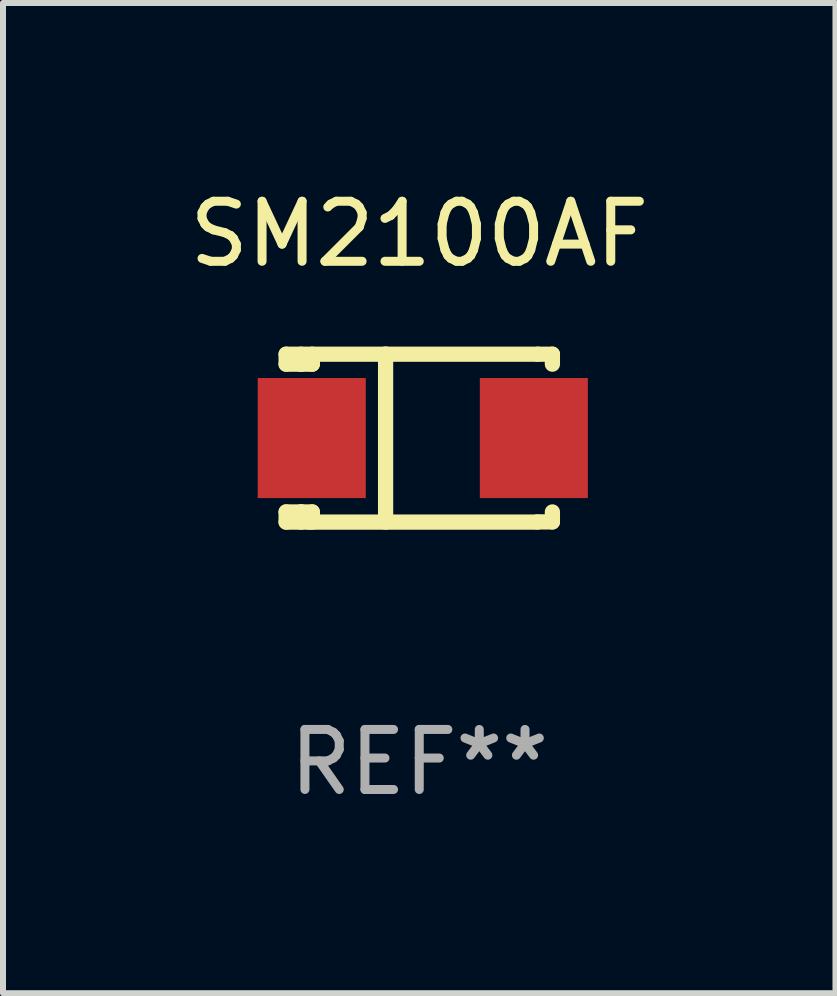
<source format=kicad_pcb>
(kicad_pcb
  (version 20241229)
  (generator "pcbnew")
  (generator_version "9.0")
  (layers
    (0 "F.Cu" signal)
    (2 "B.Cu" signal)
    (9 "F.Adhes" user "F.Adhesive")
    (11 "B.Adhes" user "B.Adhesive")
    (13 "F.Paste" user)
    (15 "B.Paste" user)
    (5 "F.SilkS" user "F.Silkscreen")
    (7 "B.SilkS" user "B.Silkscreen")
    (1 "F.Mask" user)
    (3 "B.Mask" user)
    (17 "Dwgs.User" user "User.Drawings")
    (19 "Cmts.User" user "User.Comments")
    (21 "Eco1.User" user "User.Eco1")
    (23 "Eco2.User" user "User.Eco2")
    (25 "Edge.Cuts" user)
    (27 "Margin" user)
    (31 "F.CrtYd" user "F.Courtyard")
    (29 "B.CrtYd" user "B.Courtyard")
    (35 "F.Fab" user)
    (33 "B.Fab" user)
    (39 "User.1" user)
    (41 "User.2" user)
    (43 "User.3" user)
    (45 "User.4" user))
  (footprint "SM2100AF"
    (layer "F.Cu")
    (at 3.935 4.248)
    (property "Reference" "SM2100AF" (at 0 -3.4 0) (layer "F.SilkS") (effects (font (size 1 1) (thickness 0.15))))
    (attr through_hole)
    (fp_line (start -2.218 -1.231) (end -2.218 -1.397) (stroke (width 0.254) (type solid)) (layer "F.SilkS"))
    (fp_line (start -2.218 1.4) (end -2.218 1.231) (stroke (width 0.254) (type solid)) (layer "F.SilkS"))
    (fp_line (start -1.968 -1.397) (end -1.968 -1.231) (stroke (width 0.254) (type solid)) (layer "F.SilkS"))
    (fp_line (start -1.968 -1.231) (end -2.218 -1.231) (stroke (width 0.254) (type solid)) (layer "F.SilkS"))
    (fp_line (start -1.968 1.231) (end -2.218 1.231) (stroke (width 0.254) (type solid)) (layer "F.SilkS"))
    (fp_line (start -1.968 1.231) (end -1.968 1.4) (stroke (width 0.254) (type solid)) (layer "F.SilkS"))
    (fp_line (start -1.832 1.4) (end -2.218 1.4) (stroke (width 0.254) (type solid)) (layer "F.SilkS"))
    (fp_line (start -1.832 1.4) (end 1.968 1.4) (stroke (width 0.254) (type solid)) (layer "F.SilkS"))
    (fp_line (start -1.782 -1.397) (end -1.782 -1.231) (stroke (width 0.254) (type solid)) (layer "F.SilkS"))
    (fp_line (start -1.782 -1.231) (end -1.968 -1.231) (stroke (width 0.254) (type solid)) (layer "F.SilkS"))
    (fp_line (start -1.782 1.231) (end -1.968 1.231) (stroke (width 0.254) (type solid)) (layer "F.SilkS"))
    (fp_line (start -1.782 1.231) (end -1.782 1.4) (stroke (width 0.254) (type solid)) (layer "F.SilkS"))
    (fp_line (start -0.561 -1.4) (end -0.561 1.4) (stroke (width 0.254) (type solid)) (layer "F.SilkS"))
    (fp_line (start 1.973 -1.397) (end -2.218 -1.397) (stroke (width 0.254) (type solid)) (layer "F.SilkS"))
    (fp_line (start 1.973 -1.397) (end 2.218 -1.397) (stroke (width 0.254) (type solid)) (layer "F.SilkS"))
    (fp_line (start 2.218 -1.397) (end 2.218 -1.231) (stroke (width 0.254) (type solid)) (layer "F.SilkS"))
    (fp_line (start 2.218 1.231) (end 2.218 1.397) (stroke (width 0.254) (type solid)) (layer "F.SilkS"))
    (fp_line (start 2.218 1.397) (end 1.968 1.397) (stroke (width 0.254) (type solid)) (layer "F.SilkS"))
    (fp_circle (center -2.242 1.3) (end -2.212 1.3) (stroke (width 0.06) (type solid)) (fill no) (layer "F.SilkS"))
    (fp_text user "REF**" (at 0 5.4 0) (layer "F.Fab") (effects (font (size 1 1) (thickness 0.15))))
    (pad "1" smd rect (at -1.791 0.000025 180) (size 1.8 2) (layers "F.Cu" "F.Mask" "F.Paste"))
    (pad "2" smd rect (at 1.909 0.000025 180) (size 1.8 2) (layers "F.Cu" "F.Mask" "F.Paste")))
  (gr_rect
    (start -3 -3)
    (end 10.869 13.497)
    (stroke (width 0.1) (type default))
    (fill no)
    (layer "Edge.Cuts")))
</source>
